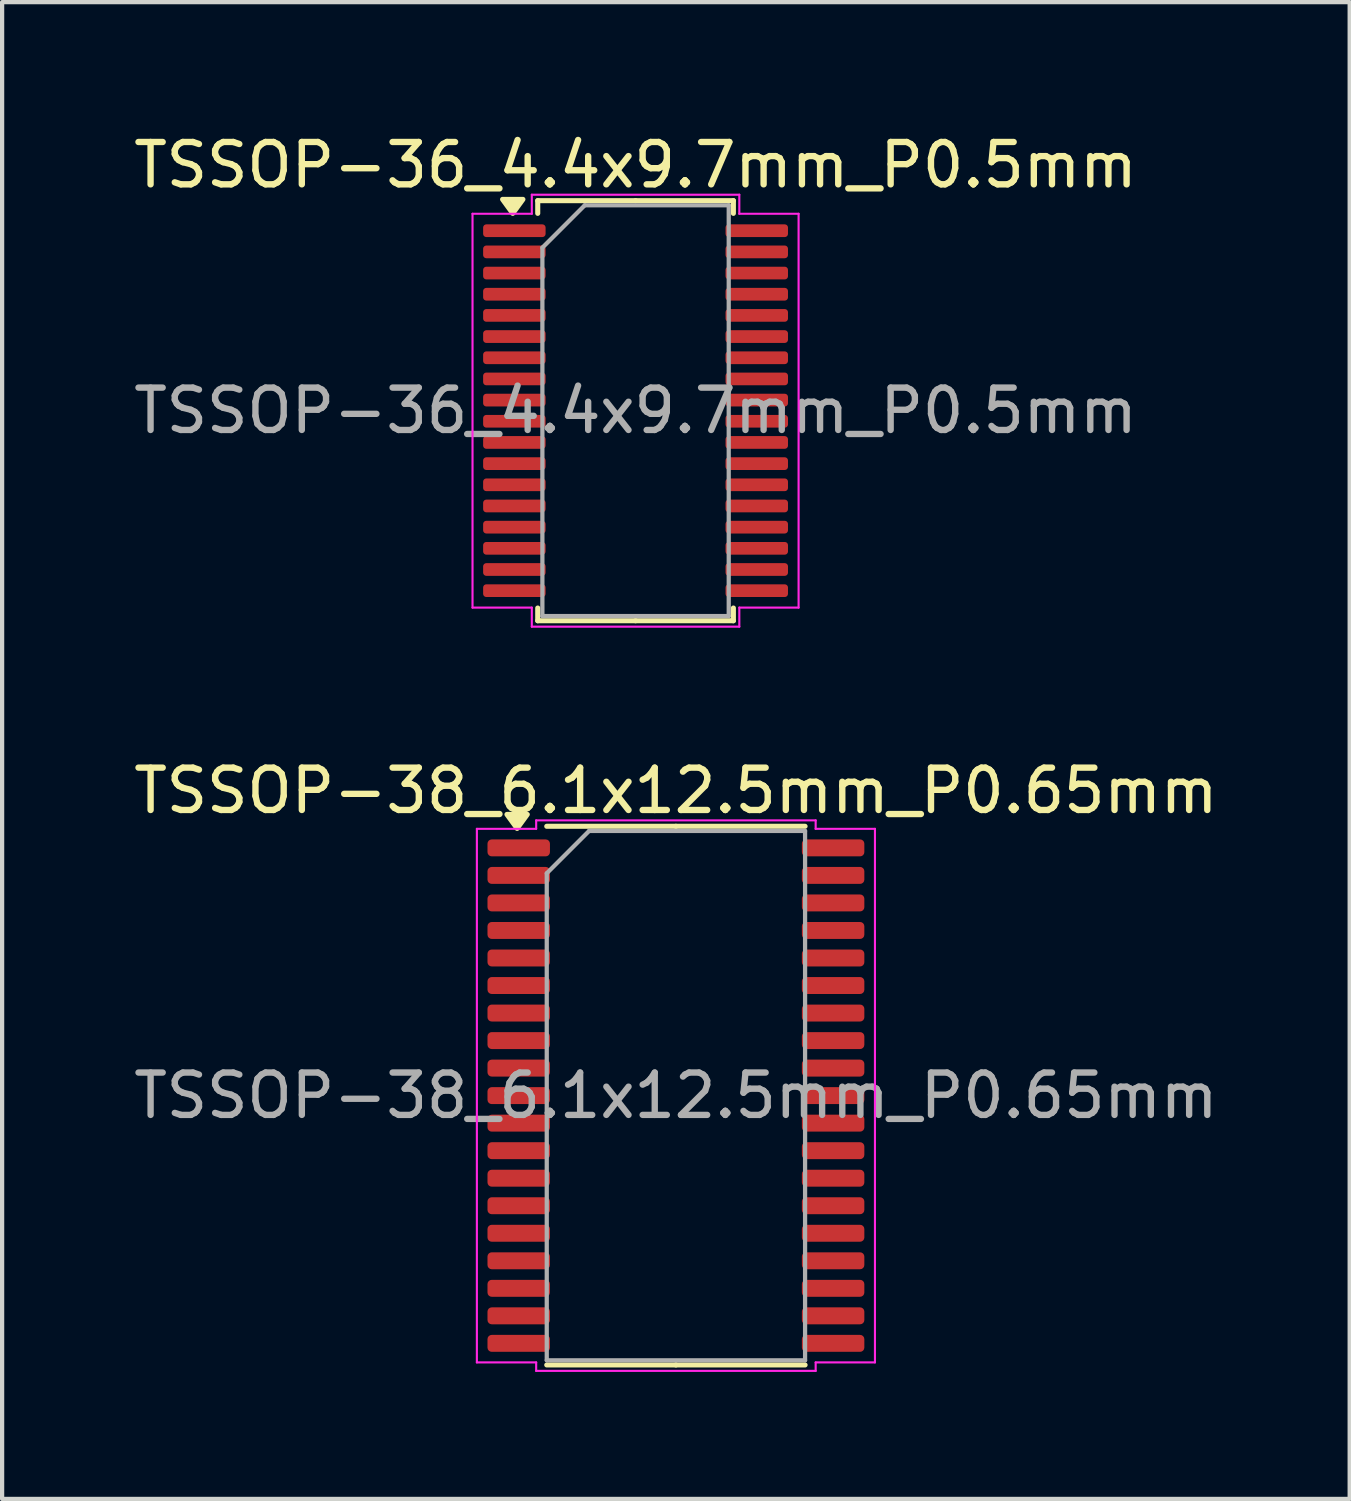
<source format=kicad_pcb>
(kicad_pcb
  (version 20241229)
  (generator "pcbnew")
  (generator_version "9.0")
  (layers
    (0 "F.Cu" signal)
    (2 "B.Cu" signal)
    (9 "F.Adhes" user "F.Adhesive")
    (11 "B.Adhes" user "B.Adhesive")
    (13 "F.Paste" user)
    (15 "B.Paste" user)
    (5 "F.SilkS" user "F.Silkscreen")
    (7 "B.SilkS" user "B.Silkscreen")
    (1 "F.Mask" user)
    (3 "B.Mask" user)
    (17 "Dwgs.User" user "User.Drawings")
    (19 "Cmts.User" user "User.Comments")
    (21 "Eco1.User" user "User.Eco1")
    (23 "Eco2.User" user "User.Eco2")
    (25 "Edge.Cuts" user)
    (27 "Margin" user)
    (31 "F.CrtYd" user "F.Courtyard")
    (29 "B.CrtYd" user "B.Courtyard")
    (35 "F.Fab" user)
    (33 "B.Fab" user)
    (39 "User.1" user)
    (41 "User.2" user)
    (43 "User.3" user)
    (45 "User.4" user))
  (footprint "TSSOP-36_4.4x9.7mm_P0.5mm"
    (layer "F.Cu")
    (at 11.958 6.648)
    (property "Reference" "TSSOP-36_4.4x9.7mm_P0.5mm" (at 0 -5.8 0) (layer "F.SilkS") (effects (font (size 1 1) (thickness 0.15))))
    (attr smd)
    (fp_line (start -2.31 -4.96) (end -2.31 -4.66) (stroke (width 0.12) (type solid)) (layer "F.SilkS"))
    (fp_line (start -2.31 4.96) (end -2.31 4.66) (stroke (width 0.12) (type solid)) (layer "F.SilkS"))
    (fp_line (start 0 -4.96) (end -2.31 -4.96) (stroke (width 0.12) (type solid)) (layer "F.SilkS"))
    (fp_line (start 0 -4.96) (end 2.31 -4.96) (stroke (width 0.12) (type solid)) (layer "F.SilkS"))
    (fp_line (start 0 4.96) (end -2.31 4.96) (stroke (width 0.12) (type solid)) (layer "F.SilkS"))
    (fp_line (start 0 4.96) (end 2.31 4.96) (stroke (width 0.12) (type solid)) (layer "F.SilkS"))
    (fp_line (start 2.31 -4.96) (end 2.31 -4.66) (stroke (width 0.12) (type solid)) (layer "F.SilkS"))
    (fp_line (start 2.31 4.96) (end 2.31 4.66) (stroke (width 0.12) (type solid)) (layer "F.SilkS"))
    (fp_poly (pts (xy -2.9 -4.66) (xy -3.14 -4.99) (xy -2.66 -4.99)) (stroke (width 0.12) (type solid)) (fill yes) (layer "F.SilkS"))
    (fp_line (start -3.85 -4.65) (end -2.45 -4.65) (stroke (width 0.05) (type solid)) (layer "F.CrtYd"))
    (fp_line (start -3.85 4.65) (end -3.85 -4.65) (stroke (width 0.05) (type solid)) (layer "F.CrtYd"))
    (fp_line (start -2.45 -5.1) (end 2.45 -5.1) (stroke (width 0.05) (type solid)) (layer "F.CrtYd"))
    (fp_line (start -2.45 -4.65) (end -2.45 -5.1) (stroke (width 0.05) (type solid)) (layer "F.CrtYd"))
    (fp_line (start -2.45 4.65) (end -3.85 4.65) (stroke (width 0.05) (type solid)) (layer "F.CrtYd"))
    (fp_line (start -2.45 5.1) (end -2.45 4.65) (stroke (width 0.05) (type solid)) (layer "F.CrtYd"))
    (fp_line (start 2.45 -5.1) (end 2.45 -4.65) (stroke (width 0.05) (type solid)) (layer "F.CrtYd"))
    (fp_line (start 2.45 -4.65) (end 3.85 -4.65) (stroke (width 0.05) (type solid)) (layer "F.CrtYd"))
    (fp_line (start 2.45 4.65) (end 2.45 5.1) (stroke (width 0.05) (type solid)) (layer "F.CrtYd"))
    (fp_line (start 2.45 5.1) (end -2.45 5.1) (stroke (width 0.05) (type solid)) (layer "F.CrtYd"))
    (fp_line (start 3.85 -4.65) (end 3.85 4.65) (stroke (width 0.05) (type solid)) (layer "F.CrtYd"))
    (fp_line (start 3.85 4.65) (end 2.45 4.65) (stroke (width 0.05) (type solid)) (layer "F.CrtYd"))
    (fp_line (start -2.2 -3.85) (end -1.2 -4.85) (stroke (width 0.1) (type solid)) (layer "F.Fab"))
    (fp_line (start -2.2 4.85) (end -2.2 -3.85) (stroke (width 0.1) (type solid)) (layer "F.Fab"))
    (fp_line (start -1.2 -4.85) (end 2.2 -4.85) (stroke (width 0.1) (type solid)) (layer "F.Fab"))
    (fp_line (start 2.2 -4.85) (end 2.2 4.85) (stroke (width 0.1) (type solid)) (layer "F.Fab"))
    (fp_line (start 2.2 4.85) (end -2.2 4.85) (stroke (width 0.1) (type solid)) (layer "F.Fab"))
    (fp_text user "${REFERENCE}" (at 0 0 0) (layer "F.Fab") (effects (font (size 1 1) (thickness 0.15))))
    (pad "1" smd roundrect (at -2.862 -4.25) (size 1.475 0.3) (layers "F.Cu" "F.Mask" "F.Paste") (roundrect_rratio 0.25))
    (pad "2" smd roundrect (at -2.862 -3.75) (size 1.475 0.3) (layers "F.Cu" "F.Mask" "F.Paste") (roundrect_rratio 0.25))
    (pad "3" smd roundrect (at -2.862 -3.25) (size 1.475 0.3) (layers "F.Cu" "F.Mask" "F.Paste") (roundrect_rratio 0.25))
    (pad "4" smd roundrect (at -2.862 -2.75) (size 1.475 0.3) (layers "F.Cu" "F.Mask" "F.Paste") (roundrect_rratio 0.25))
    (pad "5" smd roundrect (at -2.862 -2.25) (size 1.475 0.3) (layers "F.Cu" "F.Mask" "F.Paste") (roundrect_rratio 0.25))
    (pad "6" smd roundrect (at -2.862 -1.75) (size 1.475 0.3) (layers "F.Cu" "F.Mask" "F.Paste") (roundrect_rratio 0.25))
    (pad "7" smd roundrect (at -2.862 -1.25) (size 1.475 0.3) (layers "F.Cu" "F.Mask" "F.Paste") (roundrect_rratio 0.25))
    (pad "8" smd roundrect (at -2.862 -0.75) (size 1.475 0.3) (layers "F.Cu" "F.Mask" "F.Paste") (roundrect_rratio 0.25))
    (pad "9" smd roundrect (at -2.862 -0.25) (size 1.475 0.3) (layers "F.Cu" "F.Mask" "F.Paste") (roundrect_rratio 0.25))
    (pad "10" smd roundrect (at -2.862 0.25) (size 1.475 0.3) (layers "F.Cu" "F.Mask" "F.Paste") (roundrect_rratio 0.25))
    (pad "11" smd roundrect (at -2.862 0.75) (size 1.475 0.3) (layers "F.Cu" "F.Mask" "F.Paste") (roundrect_rratio 0.25))
    (pad "12" smd roundrect (at -2.862 1.25) (size 1.475 0.3) (layers "F.Cu" "F.Mask" "F.Paste") (roundrect_rratio 0.25))
    (pad "13" smd roundrect (at -2.862 1.75) (size 1.475 0.3) (layers "F.Cu" "F.Mask" "F.Paste") (roundrect_rratio 0.25))
    (pad "14" smd roundrect (at -2.862 2.25) (size 1.475 0.3) (layers "F.Cu" "F.Mask" "F.Paste") (roundrect_rratio 0.25))
    (pad "15" smd roundrect (at -2.862 2.75) (size 1.475 0.3) (layers "F.Cu" "F.Mask" "F.Paste") (roundrect_rratio 0.25))
    (pad "16" smd roundrect (at -2.862 3.25) (size 1.475 0.3) (layers "F.Cu" "F.Mask" "F.Paste") (roundrect_rratio 0.25))
    (pad "17" smd roundrect (at -2.862 3.75) (size 1.475 0.3) (layers "F.Cu" "F.Mask" "F.Paste") (roundrect_rratio 0.25))
    (pad "18" smd roundrect (at -2.862 4.25) (size 1.475 0.3) (layers "F.Cu" "F.Mask" "F.Paste") (roundrect_rratio 0.25))
    (pad "19" smd roundrect (at 2.862 4.25) (size 1.475 0.3) (layers "F.Cu" "F.Mask" "F.Paste") (roundrect_rratio 0.25))
    (pad "20" smd roundrect (at 2.862 3.75) (size 1.475 0.3) (layers "F.Cu" "F.Mask" "F.Paste") (roundrect_rratio 0.25))
    (pad "21" smd roundrect (at 2.862 3.25) (size 1.475 0.3) (layers "F.Cu" "F.Mask" "F.Paste") (roundrect_rratio 0.25))
    (pad "22" smd roundrect (at 2.862 2.75) (size 1.475 0.3) (layers "F.Cu" "F.Mask" "F.Paste") (roundrect_rratio 0.25))
    (pad "23" smd roundrect (at 2.862 2.25) (size 1.475 0.3) (layers "F.Cu" "F.Mask" "F.Paste") (roundrect_rratio 0.25))
    (pad "24" smd roundrect (at 2.862 1.75) (size 1.475 0.3) (layers "F.Cu" "F.Mask" "F.Paste") (roundrect_rratio 0.25))
    (pad "25" smd roundrect (at 2.862 1.25) (size 1.475 0.3) (layers "F.Cu" "F.Mask" "F.Paste") (roundrect_rratio 0.25))
    (pad "26" smd roundrect (at 2.862 0.75) (size 1.475 0.3) (layers "F.Cu" "F.Mask" "F.Paste") (roundrect_rratio 0.25))
    (pad "27" smd roundrect (at 2.862 0.25) (size 1.475 0.3) (layers "F.Cu" "F.Mask" "F.Paste") (roundrect_rratio 0.25))
    (pad "28" smd roundrect (at 2.862 -0.25) (size 1.475 0.3) (layers "F.Cu" "F.Mask" "F.Paste") (roundrect_rratio 0.25))
    (pad "29" smd roundrect (at 2.862 -0.75) (size 1.475 0.3) (layers "F.Cu" "F.Mask" "F.Paste") (roundrect_rratio 0.25))
    (pad "30" smd roundrect (at 2.862 -1.25) (size 1.475 0.3) (layers "F.Cu" "F.Mask" "F.Paste") (roundrect_rratio 0.25))
    (pad "31" smd roundrect (at 2.862 -1.75) (size 1.475 0.3) (layers "F.Cu" "F.Mask" "F.Paste") (roundrect_rratio 0.25))
    (pad "32" smd roundrect (at 2.862 -2.25) (size 1.475 0.3) (layers "F.Cu" "F.Mask" "F.Paste") (roundrect_rratio 0.25))
    (pad "33" smd roundrect (at 2.862 -2.75) (size 1.475 0.3) (layers "F.Cu" "F.Mask" "F.Paste") (roundrect_rratio 0.25))
    (pad "34" smd roundrect (at 2.862 -3.25) (size 1.475 0.3) (layers "F.Cu" "F.Mask" "F.Paste") (roundrect_rratio 0.25))
    (pad "35" smd roundrect (at 2.862 -3.75) (size 1.475 0.3) (layers "F.Cu" "F.Mask" "F.Paste") (roundrect_rratio 0.25))
    (pad "36" smd roundrect (at 2.862 -4.25) (size 1.475 0.3) (layers "F.Cu" "F.Mask" "F.Paste") (roundrect_rratio 0.25)))
  (footprint "TSSOP-38_6.1x12.5mm_P0.65mm"
    (layer "F.Cu")
    (at 12.911 22.822)
    (property "Reference" "TSSOP-38_6.1x12.5mm_P0.65mm" (at 0 -7.2 0) (layer "F.SilkS") (effects (font (size 1 1) (thickness 0.15))))
    (attr smd)
    (fp_line (start 0 -6.36) (end -3.05 -6.36) (stroke (width 0.12) (type solid)) (layer "F.SilkS"))
    (fp_line (start 0 -6.36) (end 3.05 -6.36) (stroke (width 0.12) (type solid)) (layer "F.SilkS"))
    (fp_line (start 0 6.36) (end -3.05 6.36) (stroke (width 0.12) (type solid)) (layer "F.SilkS"))
    (fp_line (start 0 6.36) (end 3.05 6.36) (stroke (width 0.12) (type solid)) (layer "F.SilkS"))
    (fp_poly (pts (xy -3.75 -6.31) (xy -3.99 -6.64) (xy -3.51 -6.64)) (stroke (width 0.12) (type solid)) (fill yes) (layer "F.SilkS"))
    (fp_line (start -4.7 -6.3) (end -3.3 -6.3) (stroke (width 0.05) (type solid)) (layer "F.CrtYd"))
    (fp_line (start -4.7 6.3) (end -4.7 -6.3) (stroke (width 0.05) (type solid)) (layer "F.CrtYd"))
    (fp_line (start -3.3 -6.5) (end 3.3 -6.5) (stroke (width 0.05) (type solid)) (layer "F.CrtYd"))
    (fp_line (start -3.3 -6.3) (end -3.3 -6.5) (stroke (width 0.05) (type solid)) (layer "F.CrtYd"))
    (fp_line (start -3.3 6.3) (end -4.7 6.3) (stroke (width 0.05) (type solid)) (layer "F.CrtYd"))
    (fp_line (start -3.3 6.5) (end -3.3 6.3) (stroke (width 0.05) (type solid)) (layer "F.CrtYd"))
    (fp_line (start 3.3 -6.5) (end 3.3 -6.3) (stroke (width 0.05) (type solid)) (layer "F.CrtYd"))
    (fp_line (start 3.3 -6.3) (end 4.7 -6.3) (stroke (width 0.05) (type solid)) (layer "F.CrtYd"))
    (fp_line (start 3.3 6.3) (end 3.3 6.5) (stroke (width 0.05) (type solid)) (layer "F.CrtYd"))
    (fp_line (start 3.3 6.5) (end -3.3 6.5) (stroke (width 0.05) (type solid)) (layer "F.CrtYd"))
    (fp_line (start 4.7 -6.3) (end 4.7 6.3) (stroke (width 0.05) (type solid)) (layer "F.CrtYd"))
    (fp_line (start 4.7 6.3) (end 3.3 6.3) (stroke (width 0.05) (type solid)) (layer "F.CrtYd"))
    (fp_line (start -3.05 -5.25) (end -2.05 -6.25) (stroke (width 0.1) (type solid)) (layer "F.Fab"))
    (fp_line (start -3.05 6.25) (end -3.05 -5.25) (stroke (width 0.1) (type solid)) (layer "F.Fab"))
    (fp_line (start -2.05 -6.25) (end 3.05 -6.25) (stroke (width 0.1) (type solid)) (layer "F.Fab"))
    (fp_line (start 3.05 -6.25) (end 3.05 6.25) (stroke (width 0.1) (type solid)) (layer "F.Fab"))
    (fp_line (start 3.05 6.25) (end -3.05 6.25) (stroke (width 0.1) (type solid)) (layer "F.Fab"))
    (fp_text user "${REFERENCE}" (at 0 0 0) (layer "F.Fab") (effects (font (size 1 1) (thickness 0.15))))
    (pad "1" smd roundrect (at -3.712 -5.85) (size 1.475 0.4) (layers "F.Cu" "F.Mask" "F.Paste") (roundrect_rratio 0.25))
    (pad "2" smd roundrect (at -3.712 -5.2) (size 1.475 0.4) (layers "F.Cu" "F.Mask" "F.Paste") (roundrect_rratio 0.25))
    (pad "3" smd roundrect (at -3.712 -4.55) (size 1.475 0.4) (layers "F.Cu" "F.Mask" "F.Paste") (roundrect_rratio 0.25))
    (pad "4" smd roundrect (at -3.712 -3.9) (size 1.475 0.4) (layers "F.Cu" "F.Mask" "F.Paste") (roundrect_rratio 0.25))
    (pad "5" smd roundrect (at -3.712 -3.25) (size 1.475 0.4) (layers "F.Cu" "F.Mask" "F.Paste") (roundrect_rratio 0.25))
    (pad "6" smd roundrect (at -3.712 -2.6) (size 1.475 0.4) (layers "F.Cu" "F.Mask" "F.Paste") (roundrect_rratio 0.25))
    (pad "7" smd roundrect (at -3.712 -1.95) (size 1.475 0.4) (layers "F.Cu" "F.Mask" "F.Paste") (roundrect_rratio 0.25))
    (pad "8" smd roundrect (at -3.712 -1.3) (size 1.475 0.4) (layers "F.Cu" "F.Mask" "F.Paste") (roundrect_rratio 0.25))
    (pad "9" smd roundrect (at -3.712 -0.65) (size 1.475 0.4) (layers "F.Cu" "F.Mask" "F.Paste") (roundrect_rratio 0.25))
    (pad "10" smd roundrect (at -3.712 0) (size 1.475 0.4) (layers "F.Cu" "F.Mask" "F.Paste") (roundrect_rratio 0.25))
    (pad "11" smd roundrect (at -3.712 0.65) (size 1.475 0.4) (layers "F.Cu" "F.Mask" "F.Paste") (roundrect_rratio 0.25))
    (pad "12" smd roundrect (at -3.712 1.3) (size 1.475 0.4) (layers "F.Cu" "F.Mask" "F.Paste") (roundrect_rratio 0.25))
    (pad "13" smd roundrect (at -3.712 1.95) (size 1.475 0.4) (layers "F.Cu" "F.Mask" "F.Paste") (roundrect_rratio 0.25))
    (pad "14" smd roundrect (at -3.712 2.6) (size 1.475 0.4) (layers "F.Cu" "F.Mask" "F.Paste") (roundrect_rratio 0.25))
    (pad "15" smd roundrect (at -3.712 3.25) (size 1.475 0.4) (layers "F.Cu" "F.Mask" "F.Paste") (roundrect_rratio 0.25))
    (pad "16" smd roundrect (at -3.712 3.9) (size 1.475 0.4) (layers "F.Cu" "F.Mask" "F.Paste") (roundrect_rratio 0.25))
    (pad "17" smd roundrect (at -3.712 4.55) (size 1.475 0.4) (layers "F.Cu" "F.Mask" "F.Paste") (roundrect_rratio 0.25))
    (pad "18" smd roundrect (at -3.712 5.2) (size 1.475 0.4) (layers "F.Cu" "F.Mask" "F.Paste") (roundrect_rratio 0.25))
    (pad "19" smd roundrect (at -3.712 5.85) (size 1.475 0.4) (layers "F.Cu" "F.Mask" "F.Paste") (roundrect_rratio 0.25))
    (pad "20" smd roundrect (at 3.712 5.85) (size 1.475 0.4) (layers "F.Cu" "F.Mask" "F.Paste") (roundrect_rratio 0.25))
    (pad "21" smd roundrect (at 3.712 5.2) (size 1.475 0.4) (layers "F.Cu" "F.Mask" "F.Paste") (roundrect_rratio 0.25))
    (pad "22" smd roundrect (at 3.712 4.55) (size 1.475 0.4) (layers "F.Cu" "F.Mask" "F.Paste") (roundrect_rratio 0.25))
    (pad "23" smd roundrect (at 3.712 3.9) (size 1.475 0.4) (layers "F.Cu" "F.Mask" "F.Paste") (roundrect_rratio 0.25))
    (pad "24" smd roundrect (at 3.712 3.25) (size 1.475 0.4) (layers "F.Cu" "F.Mask" "F.Paste") (roundrect_rratio 0.25))
    (pad "25" smd roundrect (at 3.712 2.6) (size 1.475 0.4) (layers "F.Cu" "F.Mask" "F.Paste") (roundrect_rratio 0.25))
    (pad "26" smd roundrect (at 3.712 1.95) (size 1.475 0.4) (layers "F.Cu" "F.Mask" "F.Paste") (roundrect_rratio 0.25))
    (pad "27" smd roundrect (at 3.712 1.3) (size 1.475 0.4) (layers "F.Cu" "F.Mask" "F.Paste") (roundrect_rratio 0.25))
    (pad "28" smd roundrect (at 3.712 0.65) (size 1.475 0.4) (layers "F.Cu" "F.Mask" "F.Paste") (roundrect_rratio 0.25))
    (pad "29" smd roundrect (at 3.712 0) (size 1.475 0.4) (layers "F.Cu" "F.Mask" "F.Paste") (roundrect_rratio 0.25))
    (pad "30" smd roundrect (at 3.712 -0.65) (size 1.475 0.4) (layers "F.Cu" "F.Mask" "F.Paste") (roundrect_rratio 0.25))
    (pad "31" smd roundrect (at 3.712 -1.3) (size 1.475 0.4) (layers "F.Cu" "F.Mask" "F.Paste") (roundrect_rratio 0.25))
    (pad "32" smd roundrect (at 3.712 -1.95) (size 1.475 0.4) (layers "F.Cu" "F.Mask" "F.Paste") (roundrect_rratio 0.25))
    (pad "33" smd roundrect (at 3.712 -2.6) (size 1.475 0.4) (layers "F.Cu" "F.Mask" "F.Paste") (roundrect_rratio 0.25))
    (pad "34" smd roundrect (at 3.712 -3.25) (size 1.475 0.4) (layers "F.Cu" "F.Mask" "F.Paste") (roundrect_rratio 0.25))
    (pad "35" smd roundrect (at 3.712 -3.9) (size 1.475 0.4) (layers "F.Cu" "F.Mask" "F.Paste") (roundrect_rratio 0.25))
    (pad "36" smd roundrect (at 3.712 -4.55) (size 1.475 0.4) (layers "F.Cu" "F.Mask" "F.Paste") (roundrect_rratio 0.25))
    (pad "37" smd roundrect (at 3.712 -5.2) (size 1.475 0.4) (layers "F.Cu" "F.Mask" "F.Paste") (roundrect_rratio 0.25))
    (pad "38" smd roundrect (at 3.712 -5.85) (size 1.475 0.4) (layers "F.Cu" "F.Mask" "F.Paste") (roundrect_rratio 0.25)))
  (gr_rect
    (start -3 -3)
    (end 28.821 32.346)
    (stroke (width 0.1) (type default))
    (fill no)
    (layer "Edge.Cuts")))
</source>
